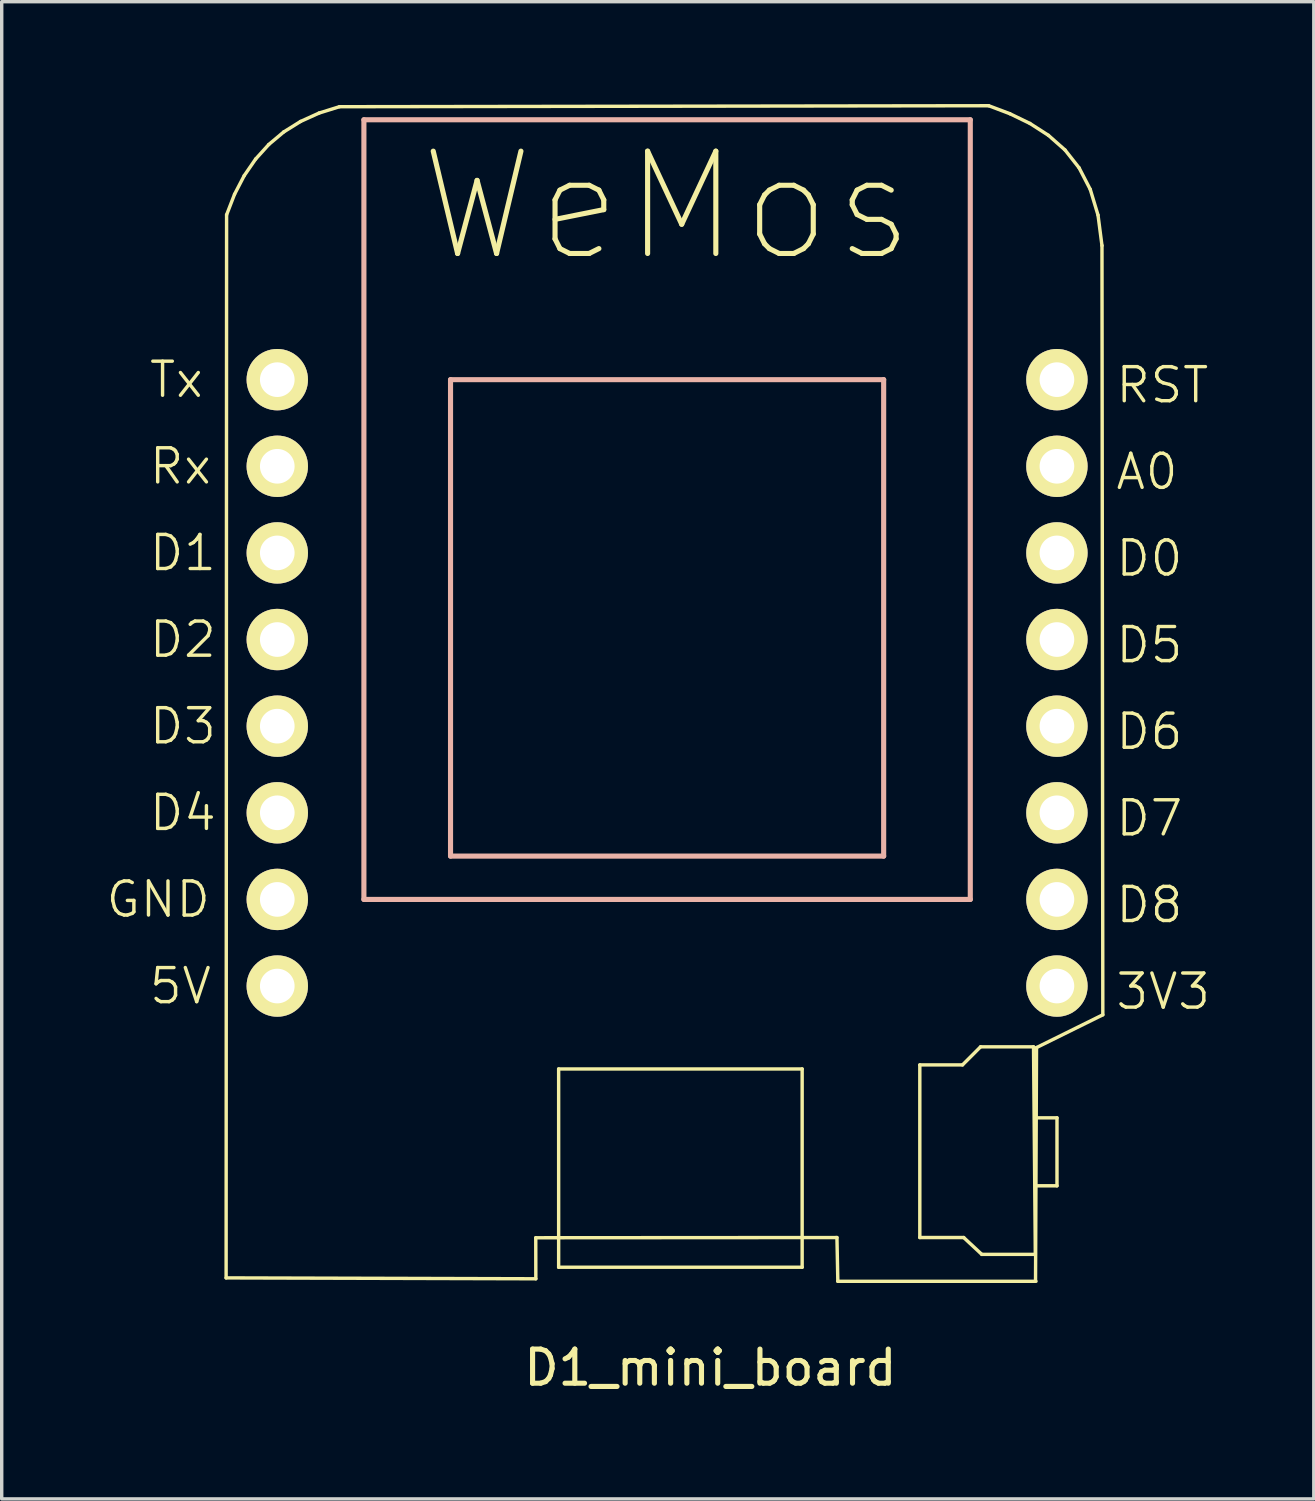
<source format=kicad_pcb>
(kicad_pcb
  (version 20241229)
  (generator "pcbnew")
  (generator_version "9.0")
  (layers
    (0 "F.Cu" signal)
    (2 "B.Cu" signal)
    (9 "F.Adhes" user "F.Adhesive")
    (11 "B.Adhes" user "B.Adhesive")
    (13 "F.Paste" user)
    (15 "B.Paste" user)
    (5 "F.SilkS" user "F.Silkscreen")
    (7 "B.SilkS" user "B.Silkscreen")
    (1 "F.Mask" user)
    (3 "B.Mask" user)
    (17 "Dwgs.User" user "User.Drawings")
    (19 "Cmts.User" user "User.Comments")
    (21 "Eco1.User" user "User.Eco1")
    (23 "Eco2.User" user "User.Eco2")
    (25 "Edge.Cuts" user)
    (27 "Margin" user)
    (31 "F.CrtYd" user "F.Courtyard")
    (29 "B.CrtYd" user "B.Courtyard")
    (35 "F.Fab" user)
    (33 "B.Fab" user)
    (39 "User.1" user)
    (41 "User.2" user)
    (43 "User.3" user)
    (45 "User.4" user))
  (footprint "D1_mini_board"
    (layer "F.Cu")
    (at 16.51 18.242)
    (property "Reference" "D1_mini_board" (at 1.27 18.81 0) (layer "F.SilkS") (effects (font (size 1 1) (thickness 0.15))))
    (attr through_hole)
    (fp_line (start -12.93 16.177) (end -12.916 -14.993) (stroke (width 0.1) (type solid)) (layer "F.SilkS"))
    (fp_line (start -12.916 -14.993) (end -12.683 -15.596) (stroke (width 0.1) (type solid)) (layer "F.SilkS"))
    (fp_line (start -12.683 -15.596) (end -12.4 -16.141) (stroke (width 0.1) (type solid)) (layer "F.SilkS"))
    (fp_line (start -12.4 -16.141) (end -12.065 -16.628) (stroke (width 0.1) (type solid)) (layer "F.SilkS"))
    (fp_line (start -12.065 -16.628) (end -11.679 -17.055) (stroke (width 0.1) (type solid)) (layer "F.SilkS"))
    (fp_line (start -11.679 -17.055) (end -11.241 -17.423) (stroke (width 0.1) (type solid)) (layer "F.SilkS"))
    (fp_line (start -11.241 -17.423) (end -10.749 -17.73) (stroke (width 0.1) (type solid)) (layer "F.SilkS"))
    (fp_line (start -10.749 -17.73) (end -10.205 -17.977) (stroke (width 0.1) (type solid)) (layer "F.SilkS"))
    (fp_line (start -10.205 -17.977) (end -9.607 -18.163) (stroke (width 0.1) (type solid)) (layer "F.SilkS"))
    (fp_line (start -9.607 -18.163) (end 9.43 -18.192) (stroke (width 0.1) (type solid)) (layer "F.SilkS"))
    (fp_line (start -3.851 15) (end -3.849 16.203) (stroke (width 0.1) (type solid)) (layer "F.SilkS"))
    (fp_line (start -3.849 16.203) (end -12.93 16.177) (stroke (width 0.1) (type solid)) (layer "F.SilkS"))
    (fp_line (start -3.18 10.051) (end 3.96 10.051) (stroke (width 0.1) (type solid)) (layer "F.SilkS"))
    (fp_line (start -3.18 15.865) (end -3.18 10.051) (stroke (width 0.1) (type solid)) (layer "F.SilkS"))
    (fp_line (start 3.96 10.051) (end 3.96 15.865) (stroke (width 0.1) (type solid)) (layer "F.SilkS"))
    (fp_line (start 3.96 15.865) (end -3.18 15.865) (stroke (width 0.1) (type solid)) (layer "F.SilkS"))
    (fp_line (start 4.98 14.994) (end -3.851 15) (stroke (width 0.1) (type solid)) (layer "F.SilkS"))
    (fp_line (start 5.006 16.277) (end 4.98 14.994) (stroke (width 0.1) (type solid)) (layer "F.SilkS"))
    (fp_line (start 7.41 9.932) (end 7.41 14.994) (stroke (width 0.1) (type solid)) (layer "F.SilkS"))
    (fp_line (start 7.41 14.994) (end 8.697 14.994) (stroke (width 0.1) (type solid)) (layer "F.SilkS"))
    (fp_line (start 8.662 9.932) (end 7.41 9.932) (stroke (width 0.1) (type solid)) (layer "F.SilkS"))
    (fp_line (start 8.697 14.994) (end 9.227 15.488) (stroke (width 0.1) (type solid)) (layer "F.SilkS"))
    (fp_line (start 9.191 9.402) (end 8.662 9.932) (stroke (width 0.1) (type solid)) (layer "F.SilkS"))
    (fp_line (start 9.227 15.488) (end 10.797 15.488) (stroke (width 0.1) (type solid)) (layer "F.SilkS"))
    (fp_line (start 9.43 -18.192) (end 10.05 -17.958) (stroke (width 0.1) (type solid)) (layer "F.SilkS"))
    (fp_line (start 10.05 -17.958) (end 10.638 -17.673) (stroke (width 0.1) (type solid)) (layer "F.SilkS"))
    (fp_line (start 10.638 -17.673) (end 11.181 -17.324) (stroke (width 0.1) (type solid)) (layer "F.SilkS"))
    (fp_line (start 10.744 9.402) (end 9.191 9.402) (stroke (width 0.1) (type solid)) (layer "F.SilkS"))
    (fp_line (start 10.779 11.484) (end 11.432 11.484) (stroke (width 0.1) (type solid)) (layer "F.SilkS"))
    (fp_line (start 10.797 15.488) (end 10.744 9.402) (stroke (width 0.1) (type solid)) (layer "F.SilkS"))
    (fp_line (start 10.817 16.277) (end 5.006 16.277) (stroke (width 0.1) (type solid)) (layer "F.SilkS"))
    (fp_line (start 10.832 9.424) (end 10.803 16.233) (stroke (width 0.1) (type solid)) (layer "F.SilkS"))
    (fp_line (start 11.181 -17.324) (end 11.667 -16.895) (stroke (width 0.1) (type solid)) (layer "F.SilkS"))
    (fp_line (start 11.432 11.484) (end 11.432 13.477) (stroke (width 0.1) (type solid)) (layer "F.SilkS"))
    (fp_line (start 11.432 13.477) (end 10.814 13.477) (stroke (width 0.1) (type solid)) (layer "F.SilkS"))
    (fp_line (start 11.667 -16.895) (end 12.08 -16.371) (stroke (width 0.1) (type solid)) (layer "F.SilkS"))
    (fp_line (start 12.08 -16.371) (end 12.407 -15.74) (stroke (width 0.1) (type solid)) (layer "F.SilkS"))
    (fp_line (start 12.407 -15.74) (end 12.635 -14.985) (stroke (width 0.1) (type solid)) (layer "F.SilkS"))
    (fp_line (start 12.635 -14.985) (end 12.751 -14.092) (stroke (width 0.1) (type solid)) (layer "F.SilkS"))
    (fp_line (start 12.751 -14.092) (end 12.776 8.463) (stroke (width 0.1) (type solid)) (layer "F.SilkS"))
    (fp_line (start 12.776 8.463) (end 10.832 9.424) (stroke (width 0.1) (type solid)) (layer "F.SilkS"))
    (fp_line (start -8.89 -17.78) (end -8.89 5.08) (stroke (width 0.15) (type solid)) (layer "B.SilkS"))
    (fp_line (start -8.89 5.08) (end 8.89 5.08) (stroke (width 0.15) (type solid)) (layer "B.SilkS"))
    (fp_line (start -6.35 -10.16) (end 6.35 -10.16) (stroke (width 0.15) (type solid)) (layer "B.SilkS"))
    (fp_line (start -6.35 3.81) (end -6.35 -10.16) (stroke (width 0.15) (type solid)) (layer "B.SilkS"))
    (fp_line (start 6.35 -10.16) (end 6.35 3.81) (stroke (width 0.15) (type solid)) (layer "B.SilkS"))
    (fp_line (start 6.35 3.81) (end -6.35 3.81) (stroke (width 0.15) (type solid)) (layer "B.SilkS"))
    (fp_line (start 8.89 -17.78) (end -8.89 -17.78) (stroke (width 0.15) (type solid)) (layer "B.SilkS"))
    (fp_line (start 8.89 5.08) (end 8.89 -17.78) (stroke (width 0.15) (type solid)) (layer "B.SilkS"))
    (fp_text user "Tx" (at -15.24 -10.16 0) (unlocked yes) (layer "F.SilkS") (effects (font (size 1 1) (thickness 0.1)) (justify left)))
    (fp_text user "Rx" (at -15.24 -7.62 0) (unlocked yes) (layer "F.SilkS") (effects (font (size 1 1) (thickness 0.1)) (justify left)))
    (fp_text user "A0" (at 13.1 -7.46 0) (unlocked yes) (layer "F.SilkS") (effects (font (size 1 1) (thickness 0.1)) (justify left)))
    (fp_text user "GND" (at -16.51 5.08 0) (unlocked yes) (layer "F.SilkS") (effects (font (size 1 1) (thickness 0.1)) (justify left)))
    (fp_text user "D2" (at -15.24 -2.54 0) (unlocked yes) (layer "F.SilkS") (effects (font (size 1 1) (thickness 0.1)) (justify left)))
    (fp_text user "D4" (at -15.24 2.54 0) (unlocked yes) (layer "F.SilkS") (effects (font (size 1 1) (thickness 0.1)) (justify left)))
    (fp_text user "RST" (at 13.1 -10 0) (unlocked yes) (layer "F.SilkS") (effects (font (size 1 1) (thickness 0.1)) (justify left)))
    (fp_text user "WeMos" (at 0 -15.24 0) (layer "F.SilkS") (effects (font (size 3 3) (thickness 0.15))))
    (fp_text user "D0" (at 13.1 -4.92 0) (unlocked yes) (layer "F.SilkS") (effects (font (size 1 1) (thickness 0.1)) (justify left)))
    (fp_text user "D6" (at 13.1 0.16 0) (unlocked yes) (layer "F.SilkS") (effects (font (size 1 1) (thickness 0.1)) (justify left)))
    (fp_text user "D8" (at 13.1 5.24 0) (unlocked yes) (layer "F.SilkS") (effects (font (size 1 1) (thickness 0.1)) (justify left)))
    (fp_text user "5V" (at -15.24 7.62 0) (unlocked yes) (layer "F.SilkS") (effects (font (size 1 1) (thickness 0.1)) (justify left)))
    (fp_text user "D7" (at 13.1 2.7 0) (unlocked yes) (layer "F.SilkS") (effects (font (size 1 1) (thickness 0.1)) (justify left)))
    (fp_text user "3V3" (at 13.1 7.78 0) (unlocked yes) (layer "F.SilkS") (effects (font (size 1 1) (thickness 0.1)) (justify left)))
    (fp_text user "D5" (at 13.1 -2.38 0) (unlocked yes) (layer "F.SilkS") (effects (font (size 1 1) (thickness 0.1)) (justify left)))
    (fp_text user "D3" (at -15.24 0 0) (unlocked yes) (layer "F.SilkS") (effects (font (size 1 1) (thickness 0.1)) (justify left)))
    (fp_text user "D1" (at -15.24 -5.08 0) (unlocked yes) (layer "F.SilkS") (effects (font (size 1 1) (thickness 0.1)) (justify left)))
    (pad "1" thru_hole circle (at -11.43 7.62) (size 1.8 1.8) (drill 1.016) (layers "*.Cu" "*.Mask" "F.SilkS"))
    (pad "2" thru_hole circle (at -11.43 5.08) (size 1.8 1.8) (drill 1.016) (layers "*.Cu" "*.Mask" "F.SilkS"))
    (pad "3" thru_hole circle (at -11.43 2.54) (size 1.8 1.8) (drill 1.016) (layers "*.Cu" "*.Mask" "F.SilkS"))
    (pad "4" thru_hole circle (at -11.43 0) (size 1.8 1.8) (drill 1.016) (layers "*.Cu" "*.Mask" "F.SilkS"))
    (pad "5" thru_hole circle (at -11.43 -2.54) (size 1.8 1.8) (drill 1.016) (layers "*.Cu" "*.Mask" "F.SilkS"))
    (pad "6" thru_hole circle (at -11.43 -5.08) (size 1.8 1.8) (drill 1.016) (layers "*.Cu" "*.Mask" "F.SilkS"))
    (pad "7" thru_hole circle (at -11.43 -7.62) (size 1.8 1.8) (drill 1.016) (layers "*.Cu" "*.Mask" "F.SilkS"))
    (pad "8" thru_hole circle (at -11.43 -10.16) (size 1.8 1.8) (drill 1.016) (layers "*.Cu" "*.Mask" "F.SilkS"))
    (pad "9" thru_hole circle (at 11.43 -10.16) (size 1.8 1.8) (drill 1.016) (layers "*.Cu" "*.Mask" "F.SilkS"))
    (pad "10" thru_hole circle (at 11.43 -7.62) (size 1.8 1.8) (drill 1.016) (layers "*.Cu" "*.Mask" "F.SilkS"))
    (pad "11" thru_hole circle (at 11.43 -5.08) (size 1.8 1.8) (drill 1.016) (layers "*.Cu" "*.Mask" "F.SilkS"))
    (pad "12" thru_hole circle (at 11.43 -2.54) (size 1.8 1.8) (drill 1.016) (layers "*.Cu" "*.Mask" "F.SilkS"))
    (pad "13" thru_hole circle (at 11.43 0) (size 1.8 1.8) (drill 1.016) (layers "*.Cu" "*.Mask" "F.SilkS"))
    (pad "14" thru_hole circle (at 11.43 2.54) (size 1.8 1.8) (drill 1.016) (layers "*.Cu" "*.Mask" "F.SilkS"))
    (pad "15" thru_hole circle (at 11.43 5.08) (size 1.8 1.8) (drill 1.016) (layers "*.Cu" "*.Mask" "F.SilkS"))
    (pad "16" thru_hole circle (at 11.43 7.62) (size 1.8 1.8) (drill 1.016) (layers "*.Cu" "*.Mask" "F.SilkS")))
  (gr_rect
    (start -3 -3)
    (end 35.472 40.9)
    (stroke (width 0.1) (type default))
    (fill no)
    (layer "Edge.Cuts")))
</source>
